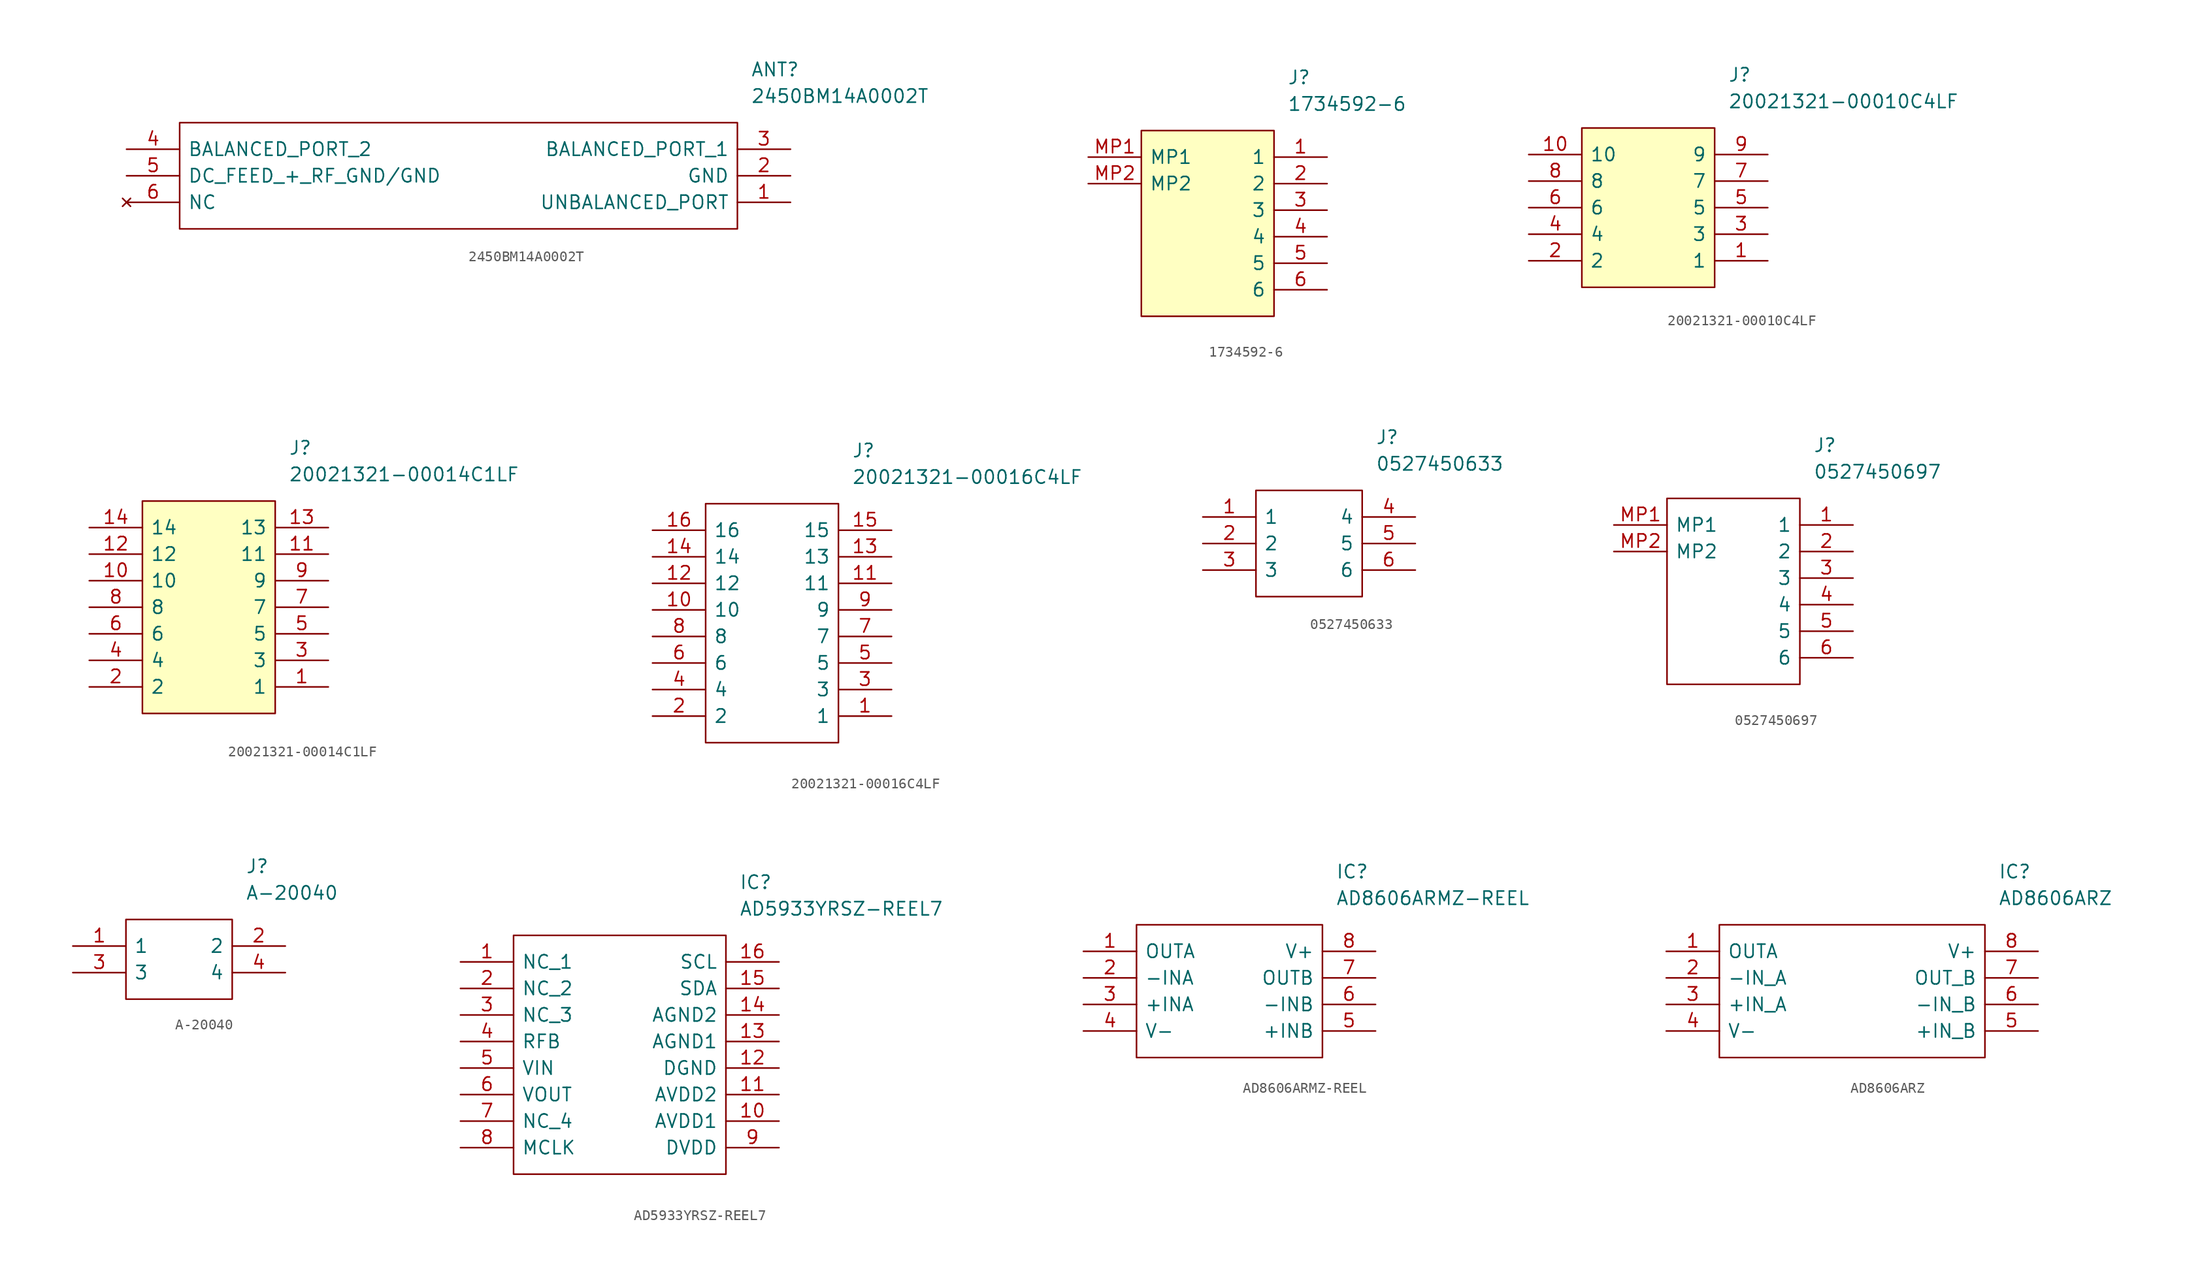
<source format=kicad_sym>
(kicad_symbol_lib
  (version 20211014)
  (generator kicad_symbol_editor)
  (symbol "2450BM14A0002T"
    (pin_names
      (offset 0.762))
    (property "Reference" "ANT"
      (at 59.69 7.62 0)
      (effects (font (size 1.27 1.27)) (justify left)))
    (property "Value" "2450BM14A0002T"
      (at 59.69 5.08 0)
      (effects (font (size 1.27 1.27)) (justify left)))
    (symbol "2450BM14A0002T_0_0"
      (pin passive line (at 63.5 -5.08 180) (length 5.08) (name "UNBALANCED_PORT" (effects (font (size 1.27 1.27)))) (number "1" (effects (font (size 1.27 1.27)))))
      (pin passive line (at 63.5 -2.54 180) (length 5.08) (name "GND" (effects (font (size 1.27 1.27)))) (number "2" (effects (font (size 1.27 1.27)))))
      (pin passive line (at 63.5 0 180) (length 5.08) (name "BALANCED_PORT_1" (effects (font (size 1.27 1.27)))) (number "3" (effects (font (size 1.27 1.27)))))
      (pin passive line (at 0 0 0) (length 5.08) (name "BALANCED_PORT_2" (effects (font (size 1.27 1.27)))) (number "4" (effects (font (size 1.27 1.27)))))
      (pin passive line (at 0 -2.54 0) (length 5.08) (name "DC_FEED_+_RF_GND/GND" (effects (font (size 1.27 1.27)))) (number "5" (effects (font (size 1.27 1.27)))))
      (pin no_connect line (at 0 -5.08 0) (length 5.08) (name "NC" (effects (font (size 1.27 1.27)))) (number "6" (effects (font (size 1.27 1.27))))))
    (symbol "2450BM14A0002T_0_1"
      (polyline (pts (xy 5.08 2.54) (xy 58.42 2.54) (xy 58.42 -7.62) (xy 5.08 -7.62) (xy 5.08 2.54)) (stroke (width 0.152) (type default) (color 0 0 0 0)) (fill (type none)))))
  (symbol "1734592-6"
    (pin_names
      (offset 0.762))
    (property "Reference" "J"
      (at 19.05 7.62 0)
      (effects (font (size 1.27 1.27)) (justify left)))
    (property "Value" "1734592-6"
      (at 19.05 5.08 0)
      (effects (font (size 1.27 1.27)) (justify left)))
    (symbol "1734592-6_0_0"
      (pin passive line (at 22.86 0 180) (length 5.08) (name "1" (effects (font (size 1.27 1.27)))) (number "1" (effects (font (size 1.27 1.27)))))
      (pin passive line (at 22.86 -2.54 180) (length 5.08) (name "2" (effects (font (size 1.27 1.27)))) (number "2" (effects (font (size 1.27 1.27)))))
      (pin passive line (at 22.86 -5.08 180) (length 5.08) (name "3" (effects (font (size 1.27 1.27)))) (number "3" (effects (font (size 1.27 1.27)))))
      (pin passive line (at 22.86 -7.62 180) (length 5.08) (name "4" (effects (font (size 1.27 1.27)))) (number "4" (effects (font (size 1.27 1.27)))))
      (pin passive line (at 22.86 -10.16 180) (length 5.08) (name "5" (effects (font (size 1.27 1.27)))) (number "5" (effects (font (size 1.27 1.27)))))
      (pin passive line (at 22.86 -12.7 180) (length 5.08) (name "6" (effects (font (size 1.27 1.27)))) (number "6" (effects (font (size 1.27 1.27)))))
      (pin passive line (at 0 0 0) (length 5.08) (name "MP1" (effects (font (size 1.27 1.27)))) (number "MP1" (effects (font (size 1.27 1.27)))))
      (pin passive line (at 0 -2.54 0) (length 5.08) (name "MP2" (effects (font (size 1.27 1.27)))) (number "MP2" (effects (font (size 1.27 1.27))))))
    (symbol "1734592-6_0_1"
      (polyline (pts (xy 5.08 2.54) (xy 17.78 2.54) (xy 17.78 -15.24) (xy 5.08 -15.24) (xy 5.08 2.54)) (stroke (width 0.152) (type default) (color 0 0 0 0)) (fill (type background)))))
  (symbol "20021321-00010C4LF"
    (pin_names
      (offset 0.762))
    (property "Reference" "J"
      (at 19.05 7.62 0)
      (effects (font (size 1.27 1.27)) (justify left)))
    (property "Value" "20021321-00010C4LF"
      (at 19.05 5.08 0)
      (effects (font (size 1.27 1.27)) (justify left)))
    (symbol "20021321-00010C4LF_0_0"
      (pin passive line (at 22.86 -10.16 180) (length 5.08) (name "1" (effects (font (size 1.27 1.27)))) (number "1" (effects (font (size 1.27 1.27)))))
      (pin passive line (at 0 0 0) (length 5.08) (name "10" (effects (font (size 1.27 1.27)))) (number "10" (effects (font (size 1.27 1.27)))))
      (pin passive line (at 0 -10.16 0) (length 5.08) (name "2" (effects (font (size 1.27 1.27)))) (number "2" (effects (font (size 1.27 1.27)))))
      (pin passive line (at 22.86 -7.62 180) (length 5.08) (name "3" (effects (font (size 1.27 1.27)))) (number "3" (effects (font (size 1.27 1.27)))))
      (pin passive line (at 0 -7.62 0) (length 5.08) (name "4" (effects (font (size 1.27 1.27)))) (number "4" (effects (font (size 1.27 1.27)))))
      (pin passive line (at 22.86 -5.08 180) (length 5.08) (name "5" (effects (font (size 1.27 1.27)))) (number "5" (effects (font (size 1.27 1.27)))))
      (pin passive line (at 0 -5.08 0) (length 5.08) (name "6" (effects (font (size 1.27 1.27)))) (number "6" (effects (font (size 1.27 1.27)))))
      (pin passive line (at 22.86 -2.54 180) (length 5.08) (name "7" (effects (font (size 1.27 1.27)))) (number "7" (effects (font (size 1.27 1.27)))))
      (pin passive line (at 0 -2.54 0) (length 5.08) (name "8" (effects (font (size 1.27 1.27)))) (number "8" (effects (font (size 1.27 1.27)))))
      (pin passive line (at 22.86 0 180) (length 5.08) (name "9" (effects (font (size 1.27 1.27)))) (number "9" (effects (font (size 1.27 1.27))))))
    (symbol "20021321-00010C4LF_0_1"
      (polyline (pts (xy 5.08 2.54) (xy 17.78 2.54) (xy 17.78 -12.7) (xy 5.08 -12.7) (xy 5.08 2.54)) (stroke (width 0.152) (type default) (color 0 0 0 0)) (fill (type background)))))
  (symbol "20021321-00014C1LF"
    (pin_names
      (offset 0.762))
    (property "Reference" "J"
      (at 19.05 7.62 0)
      (effects (font (size 1.27 1.27)) (justify left)))
    (property "Value" "20021321-00014C1LF"
      (at 19.05 5.08 0)
      (effects (font (size 1.27 1.27)) (justify left)))
    (symbol "20021321-00014C1LF_0_0"
      (pin passive line (at 22.86 -15.24 180) (length 5.08) (name "1" (effects (font (size 1.27 1.27)))) (number "1" (effects (font (size 1.27 1.27)))))
      (pin passive line (at 0 -5.08 0) (length 5.08) (name "10" (effects (font (size 1.27 1.27)))) (number "10" (effects (font (size 1.27 1.27)))))
      (pin passive line (at 22.86 -2.54 180) (length 5.08) (name "11" (effects (font (size 1.27 1.27)))) (number "11" (effects (font (size 1.27 1.27)))))
      (pin passive line (at 0 -2.54 0) (length 5.08) (name "12" (effects (font (size 1.27 1.27)))) (number "12" (effects (font (size 1.27 1.27)))))
      (pin passive line (at 22.86 0 180) (length 5.08) (name "13" (effects (font (size 1.27 1.27)))) (number "13" (effects (font (size 1.27 1.27)))))
      (pin passive line (at 0 0 0) (length 5.08) (name "14" (effects (font (size 1.27 1.27)))) (number "14" (effects (font (size 1.27 1.27)))))
      (pin passive line (at 0 -15.24 0) (length 5.08) (name "2" (effects (font (size 1.27 1.27)))) (number "2" (effects (font (size 1.27 1.27)))))
      (pin passive line (at 22.86 -12.7 180) (length 5.08) (name "3" (effects (font (size 1.27 1.27)))) (number "3" (effects (font (size 1.27 1.27)))))
      (pin passive line (at 0 -12.7 0) (length 5.08) (name "4" (effects (font (size 1.27 1.27)))) (number "4" (effects (font (size 1.27 1.27)))))
      (pin passive line (at 22.86 -10.16 180) (length 5.08) (name "5" (effects (font (size 1.27 1.27)))) (number "5" (effects (font (size 1.27 1.27)))))
      (pin passive line (at 0 -10.16 0) (length 5.08) (name "6" (effects (font (size 1.27 1.27)))) (number "6" (effects (font (size 1.27 1.27)))))
      (pin passive line (at 22.86 -7.62 180) (length 5.08) (name "7" (effects (font (size 1.27 1.27)))) (number "7" (effects (font (size 1.27 1.27)))))
      (pin passive line (at 0 -7.62 0) (length 5.08) (name "8" (effects (font (size 1.27 1.27)))) (number "8" (effects (font (size 1.27 1.27)))))
      (pin passive line (at 22.86 -5.08 180) (length 5.08) (name "9" (effects (font (size 1.27 1.27)))) (number "9" (effects (font (size 1.27 1.27))))))
    (symbol "20021321-00014C1LF_0_1"
      (polyline (pts (xy 5.08 2.54) (xy 17.78 2.54) (xy 17.78 -17.78) (xy 5.08 -17.78) (xy 5.08 2.54)) (stroke (width 0.152) (type default) (color 0 0 0 0)) (fill (type background)))))
  (symbol "20021321-00016C4LF"
    (pin_names
      (offset 0.762))
    (property "Reference" "J"
      (at 19.05 7.62 0)
      (effects (font (size 1.27 1.27)) (justify left)))
    (property "Value" "20021321-00016C4LF"
      (at 19.05 5.08 0)
      (effects (font (size 1.27 1.27)) (justify left)))
    (symbol "20021321-00016C4LF_0_0"
      (pin passive line (at 22.86 -17.78 180) (length 5.08) (name "1" (effects (font (size 1.27 1.27)))) (number "1" (effects (font (size 1.27 1.27)))))
      (pin passive line (at 0 -7.62 0) (length 5.08) (name "10" (effects (font (size 1.27 1.27)))) (number "10" (effects (font (size 1.27 1.27)))))
      (pin passive line (at 22.86 -5.08 180) (length 5.08) (name "11" (effects (font (size 1.27 1.27)))) (number "11" (effects (font (size 1.27 1.27)))))
      (pin passive line (at 0 -5.08 0) (length 5.08) (name "12" (effects (font (size 1.27 1.27)))) (number "12" (effects (font (size 1.27 1.27)))))
      (pin passive line (at 22.86 -2.54 180) (length 5.08) (name "13" (effects (font (size 1.27 1.27)))) (number "13" (effects (font (size 1.27 1.27)))))
      (pin passive line (at 0 -2.54 0) (length 5.08) (name "14" (effects (font (size 1.27 1.27)))) (number "14" (effects (font (size 1.27 1.27)))))
      (pin passive line (at 22.86 0 180) (length 5.08) (name "15" (effects (font (size 1.27 1.27)))) (number "15" (effects (font (size 1.27 1.27)))))
      (pin passive line (at 0 0 0) (length 5.08) (name "16" (effects (font (size 1.27 1.27)))) (number "16" (effects (font (size 1.27 1.27)))))
      (pin passive line (at 0 -17.78 0) (length 5.08) (name "2" (effects (font (size 1.27 1.27)))) (number "2" (effects (font (size 1.27 1.27)))))
      (pin passive line (at 22.86 -15.24 180) (length 5.08) (name "3" (effects (font (size 1.27 1.27)))) (number "3" (effects (font (size 1.27 1.27)))))
      (pin passive line (at 0 -15.24 0) (length 5.08) (name "4" (effects (font (size 1.27 1.27)))) (number "4" (effects (font (size 1.27 1.27)))))
      (pin passive line (at 22.86 -12.7 180) (length 5.08) (name "5" (effects (font (size 1.27 1.27)))) (number "5" (effects (font (size 1.27 1.27)))))
      (pin passive line (at 0 -12.7 0) (length 5.08) (name "6" (effects (font (size 1.27 1.27)))) (number "6" (effects (font (size 1.27 1.27)))))
      (pin passive line (at 22.86 -10.16 180) (length 5.08) (name "7" (effects (font (size 1.27 1.27)))) (number "7" (effects (font (size 1.27 1.27)))))
      (pin passive line (at 0 -10.16 0) (length 5.08) (name "8" (effects (font (size 1.27 1.27)))) (number "8" (effects (font (size 1.27 1.27)))))
      (pin passive line (at 22.86 -7.62 180) (length 5.08) (name "9" (effects (font (size 1.27 1.27)))) (number "9" (effects (font (size 1.27 1.27))))))
    (symbol "20021321-00016C4LF_0_1"
      (polyline (pts (xy 5.08 2.54) (xy 17.78 2.54) (xy 17.78 -20.32) (xy 5.08 -20.32) (xy 5.08 2.54)) (stroke (width 0.152) (type default) (color 0 0 0 0)) (fill (type none)))))
  (symbol "0527450633"
    (pin_names
      (offset 0.762))
    (property "Reference" "J"
      (at 16.51 7.62 0)
      (effects (font (size 1.27 1.27)) (justify left)))
    (property "Value" "0527450633"
      (at 16.51 5.08 0)
      (effects (font (size 1.27 1.27)) (justify left)))
    (symbol "0527450633_0_0"
      (pin passive line (at 0 0 0) (length 5.08) (name "1" (effects (font (size 1.27 1.27)))) (number "1" (effects (font (size 1.27 1.27)))))
      (pin passive line (at 0 -2.54 0) (length 5.08) (name "2" (effects (font (size 1.27 1.27)))) (number "2" (effects (font (size 1.27 1.27)))))
      (pin passive line (at 0 -5.08 0) (length 5.08) (name "3" (effects (font (size 1.27 1.27)))) (number "3" (effects (font (size 1.27 1.27)))))
      (pin passive line (at 20.32 0 180) (length 5.08) (name "4" (effects (font (size 1.27 1.27)))) (number "4" (effects (font (size 1.27 1.27)))))
      (pin passive line (at 20.32 -2.54 180) (length 5.08) (name "5" (effects (font (size 1.27 1.27)))) (number "5" (effects (font (size 1.27 1.27)))))
      (pin passive line (at 20.32 -5.08 180) (length 5.08) (name "6" (effects (font (size 1.27 1.27)))) (number "6" (effects (font (size 1.27 1.27))))))
    (symbol "0527450633_0_1"
      (polyline (pts (xy 5.08 2.54) (xy 15.24 2.54) (xy 15.24 -7.62) (xy 5.08 -7.62) (xy 5.08 2.54)) (stroke (width 0.152) (type default) (color 0 0 0 0)) (fill (type none)))))
  (symbol "0527450697"
    (pin_names
      (offset 0.762))
    (property "Reference" "J"
      (at 19.05 7.62 0)
      (effects (font (size 1.27 1.27)) (justify left)))
    (property "Value" "0527450697"
      (at 19.05 5.08 0)
      (effects (font (size 1.27 1.27)) (justify left)))
    (symbol "0527450697_0_0"
      (pin passive line (at 22.86 0 180) (length 5.08) (name "1" (effects (font (size 1.27 1.27)))) (number "1" (effects (font (size 1.27 1.27)))))
      (pin passive line (at 22.86 -2.54 180) (length 5.08) (name "2" (effects (font (size 1.27 1.27)))) (number "2" (effects (font (size 1.27 1.27)))))
      (pin passive line (at 22.86 -5.08 180) (length 5.08) (name "3" (effects (font (size 1.27 1.27)))) (number "3" (effects (font (size 1.27 1.27)))))
      (pin passive line (at 22.86 -7.62 180) (length 5.08) (name "4" (effects (font (size 1.27 1.27)))) (number "4" (effects (font (size 1.27 1.27)))))
      (pin passive line (at 22.86 -10.16 180) (length 5.08) (name "5" (effects (font (size 1.27 1.27)))) (number "5" (effects (font (size 1.27 1.27)))))
      (pin passive line (at 22.86 -12.7 180) (length 5.08) (name "6" (effects (font (size 1.27 1.27)))) (number "6" (effects (font (size 1.27 1.27)))))
      (pin passive line (at 0 0 0) (length 5.08) (name "MP1" (effects (font (size 1.27 1.27)))) (number "MP1" (effects (font (size 1.27 1.27)))))
      (pin passive line (at 0 -2.54 0) (length 5.08) (name "MP2" (effects (font (size 1.27 1.27)))) (number "MP2" (effects (font (size 1.27 1.27))))))
    (symbol "0527450697_0_1"
      (polyline (pts (xy 5.08 2.54) (xy 17.78 2.54) (xy 17.78 -15.24) (xy 5.08 -15.24) (xy 5.08 2.54)) (stroke (width 0.152) (type default) (color 0 0 0 0)) (fill (type none)))))
  (symbol "A-20040"
    (pin_names
      (offset 0.762))
    (property "Reference" "J"
      (at 16.51 7.62 0)
      (effects (font (size 1.27 1.27)) (justify left)))
    (property "Value" "A-20040"
      (at 16.51 5.08 0)
      (effects (font (size 1.27 1.27)) (justify left)))
    (symbol "A-20040_0_0"
      (pin passive line (at 0 0 0) (length 5.08) (name "1" (effects (font (size 1.27 1.27)))) (number "1" (effects (font (size 1.27 1.27)))))
      (pin passive line (at 20.32 0 180) (length 5.08) (name "2" (effects (font (size 1.27 1.27)))) (number "2" (effects (font (size 1.27 1.27)))))
      (pin passive line (at 0 -2.54 0) (length 5.08) (name "3" (effects (font (size 1.27 1.27)))) (number "3" (effects (font (size 1.27 1.27)))))
      (pin passive line (at 20.32 -2.54 180) (length 5.08) (name "4" (effects (font (size 1.27 1.27)))) (number "4" (effects (font (size 1.27 1.27))))))
    (symbol "A-20040_0_1"
      (polyline (pts (xy 5.08 2.54) (xy 15.24 2.54) (xy 15.24 -5.08) (xy 5.08 -5.08) (xy 5.08 2.54)) (stroke (width 0.152) (type default) (color 0 0 0 0)) (fill (type none)))))
  (symbol "AD5933YRSZ-REEL7"
    (pin_names
      (offset 0.762))
    (property "Reference" "IC"
      (at 26.67 7.62 0)
      (effects (font (size 1.27 1.27)) (justify left)))
    (property "Value" "AD5933YRSZ-REEL7"
      (at 26.67 5.08 0)
      (effects (font (size 1.27 1.27)) (justify left)))
    (symbol "AD5933YRSZ-REEL7_0_0"
      (pin passive line (at 0 0 0) (length 5.08) (name "NC_1" (effects (font (size 1.27 1.27)))) (number "1" (effects (font (size 1.27 1.27)))))
      (pin passive line (at 30.48 -15.24 180) (length 5.08) (name "AVDD1" (effects (font (size 1.27 1.27)))) (number "10" (effects (font (size 1.27 1.27)))))
      (pin passive line (at 30.48 -12.7 180) (length 5.08) (name "AVDD2" (effects (font (size 1.27 1.27)))) (number "11" (effects (font (size 1.27 1.27)))))
      (pin passive line (at 30.48 -10.16 180) (length 5.08) (name "DGND" (effects (font (size 1.27 1.27)))) (number "12" (effects (font (size 1.27 1.27)))))
      (pin passive line (at 30.48 -7.62 180) (length 5.08) (name "AGND1" (effects (font (size 1.27 1.27)))) (number "13" (effects (font (size 1.27 1.27)))))
      (pin passive line (at 30.48 -5.08 180) (length 5.08) (name "AGND2" (effects (font (size 1.27 1.27)))) (number "14" (effects (font (size 1.27 1.27)))))
      (pin passive line (at 30.48 -2.54 180) (length 5.08) (name "SDA" (effects (font (size 1.27 1.27)))) (number "15" (effects (font (size 1.27 1.27)))))
      (pin passive line (at 30.48 0 180) (length 5.08) (name "SCL" (effects (font (size 1.27 1.27)))) (number "16" (effects (font (size 1.27 1.27)))))
      (pin passive line (at 0 -2.54 0) (length 5.08) (name "NC_2" (effects (font (size 1.27 1.27)))) (number "2" (effects (font (size 1.27 1.27)))))
      (pin passive line (at 0 -5.08 0) (length 5.08) (name "NC_3" (effects (font (size 1.27 1.27)))) (number "3" (effects (font (size 1.27 1.27)))))
      (pin passive line (at 0 -7.62 0) (length 5.08) (name "RFB" (effects (font (size 1.27 1.27)))) (number "4" (effects (font (size 1.27 1.27)))))
      (pin passive line (at 0 -10.16 0) (length 5.08) (name "VIN" (effects (font (size 1.27 1.27)))) (number "5" (effects (font (size 1.27 1.27)))))
      (pin passive line (at 0 -12.7 0) (length 5.08) (name "VOUT" (effects (font (size 1.27 1.27)))) (number "6" (effects (font (size 1.27 1.27)))))
      (pin passive line (at 0 -15.24 0) (length 5.08) (name "NC_4" (effects (font (size 1.27 1.27)))) (number "7" (effects (font (size 1.27 1.27)))))
      (pin passive line (at 0 -17.78 0) (length 5.08) (name "MCLK" (effects (font (size 1.27 1.27)))) (number "8" (effects (font (size 1.27 1.27)))))
      (pin passive line (at 30.48 -17.78 180) (length 5.08) (name "DVDD" (effects (font (size 1.27 1.27)))) (number "9" (effects (font (size 1.27 1.27))))))
    (symbol "AD5933YRSZ-REEL7_0_1"
      (polyline (pts (xy 5.08 2.54) (xy 25.4 2.54) (xy 25.4 -20.32) (xy 5.08 -20.32) (xy 5.08 2.54)) (stroke (width 0.152) (type default) (color 0 0 0 0)) (fill (type none)))))
  (symbol "AD8606ARMZ-REEL"
    (pin_names
      (offset 0.762))
    (property "Reference" "IC"
      (at 24.13 7.62 0)
      (effects (font (size 1.27 1.27)) (justify left)))
    (property "Value" "AD8606ARMZ-REEL"
      (at 24.13 5.08 0)
      (effects (font (size 1.27 1.27)) (justify left)))
    (symbol "AD8606ARMZ-REEL_0_0"
      (pin output line (at 0 0 0) (length 5.08) (name "OUTA" (effects (font (size 1.27 1.27)))) (number "1" (effects (font (size 1.27 1.27)))))
      (pin input line (at 0 -2.54 0) (length 5.08) (name "-INA" (effects (font (size 1.27 1.27)))) (number "2" (effects (font (size 1.27 1.27)))))
      (pin input line (at 0 -5.08 0) (length 5.08) (name "+INA" (effects (font (size 1.27 1.27)))) (number "3" (effects (font (size 1.27 1.27)))))
      (pin passive line (at 0 -7.62 0) (length 5.08) (name "V-" (effects (font (size 1.27 1.27)))) (number "4" (effects (font (size 1.27 1.27)))))
      (pin input line (at 27.94 -7.62 180) (length 5.08) (name "+INB" (effects (font (size 1.27 1.27)))) (number "5" (effects (font (size 1.27 1.27)))))
      (pin input line (at 27.94 -5.08 180) (length 5.08) (name "-INB" (effects (font (size 1.27 1.27)))) (number "6" (effects (font (size 1.27 1.27)))))
      (pin output line (at 27.94 -2.54 180) (length 5.08) (name "OUTB" (effects (font (size 1.27 1.27)))) (number "7" (effects (font (size 1.27 1.27)))))
      (pin passive line (at 27.94 0 180) (length 5.08) (name "V+" (effects (font (size 1.27 1.27)))) (number "8" (effects (font (size 1.27 1.27))))))
    (symbol "AD8606ARMZ-REEL_0_1"
      (polyline (pts (xy 5.08 2.54) (xy 22.86 2.54) (xy 22.86 -10.16) (xy 5.08 -10.16) (xy 5.08 2.54)) (stroke (width 0.152) (type default) (color 0 0 0 0)) (fill (type none)))))
  (symbol "AD8606ARZ"
    (pin_names
      (offset 0.762))
    (property "Reference" "IC"
      (at 31.75 7.62 0)
      (effects (font (size 1.27 1.27)) (justify left)))
    (property "Value" "AD8606ARZ"
      (at 31.75 5.08 0)
      (effects (font (size 1.27 1.27)) (justify left)))
    (symbol "AD8606ARZ_0_0"
      (pin passive line (at 0 0 0) (length 5.08) (name "OUTA" (effects (font (size 1.27 1.27)))) (number "1" (effects (font (size 1.27 1.27)))))
      (pin passive line (at 0 -2.54 0) (length 5.08) (name "-IN_A" (effects (font (size 1.27 1.27)))) (number "2" (effects (font (size 1.27 1.27)))))
      (pin passive line (at 0 -5.08 0) (length 5.08) (name "+IN_A" (effects (font (size 1.27 1.27)))) (number "3" (effects (font (size 1.27 1.27)))))
      (pin passive line (at 0 -7.62 0) (length 5.08) (name "V-" (effects (font (size 1.27 1.27)))) (number "4" (effects (font (size 1.27 1.27)))))
      (pin passive line (at 35.56 -7.62 180) (length 5.08) (name "+IN_B" (effects (font (size 1.27 1.27)))) (number "5" (effects (font (size 1.27 1.27)))))
      (pin passive line (at 35.56 -5.08 180) (length 5.08) (name "-IN_B" (effects (font (size 1.27 1.27)))) (number "6" (effects (font (size 1.27 1.27)))))
      (pin passive line (at 35.56 -2.54 180) (length 5.08) (name "OUT_B" (effects (font (size 1.27 1.27)))) (number "7" (effects (font (size 1.27 1.27)))))
      (pin passive line (at 35.56 0 180) (length 5.08) (name "V+" (effects (font (size 1.27 1.27)))) (number "8" (effects (font (size 1.27 1.27))))))
    (symbol "AD8606ARZ_0_1"
      (polyline (pts (xy 5.08 2.54) (xy 30.48 2.54) (xy 30.48 -10.16) (xy 5.08 -10.16) (xy 5.08 2.54)) (stroke (width 0.152) (type default) (color 0 0 0 0)) (fill (type none))))))
</source>
